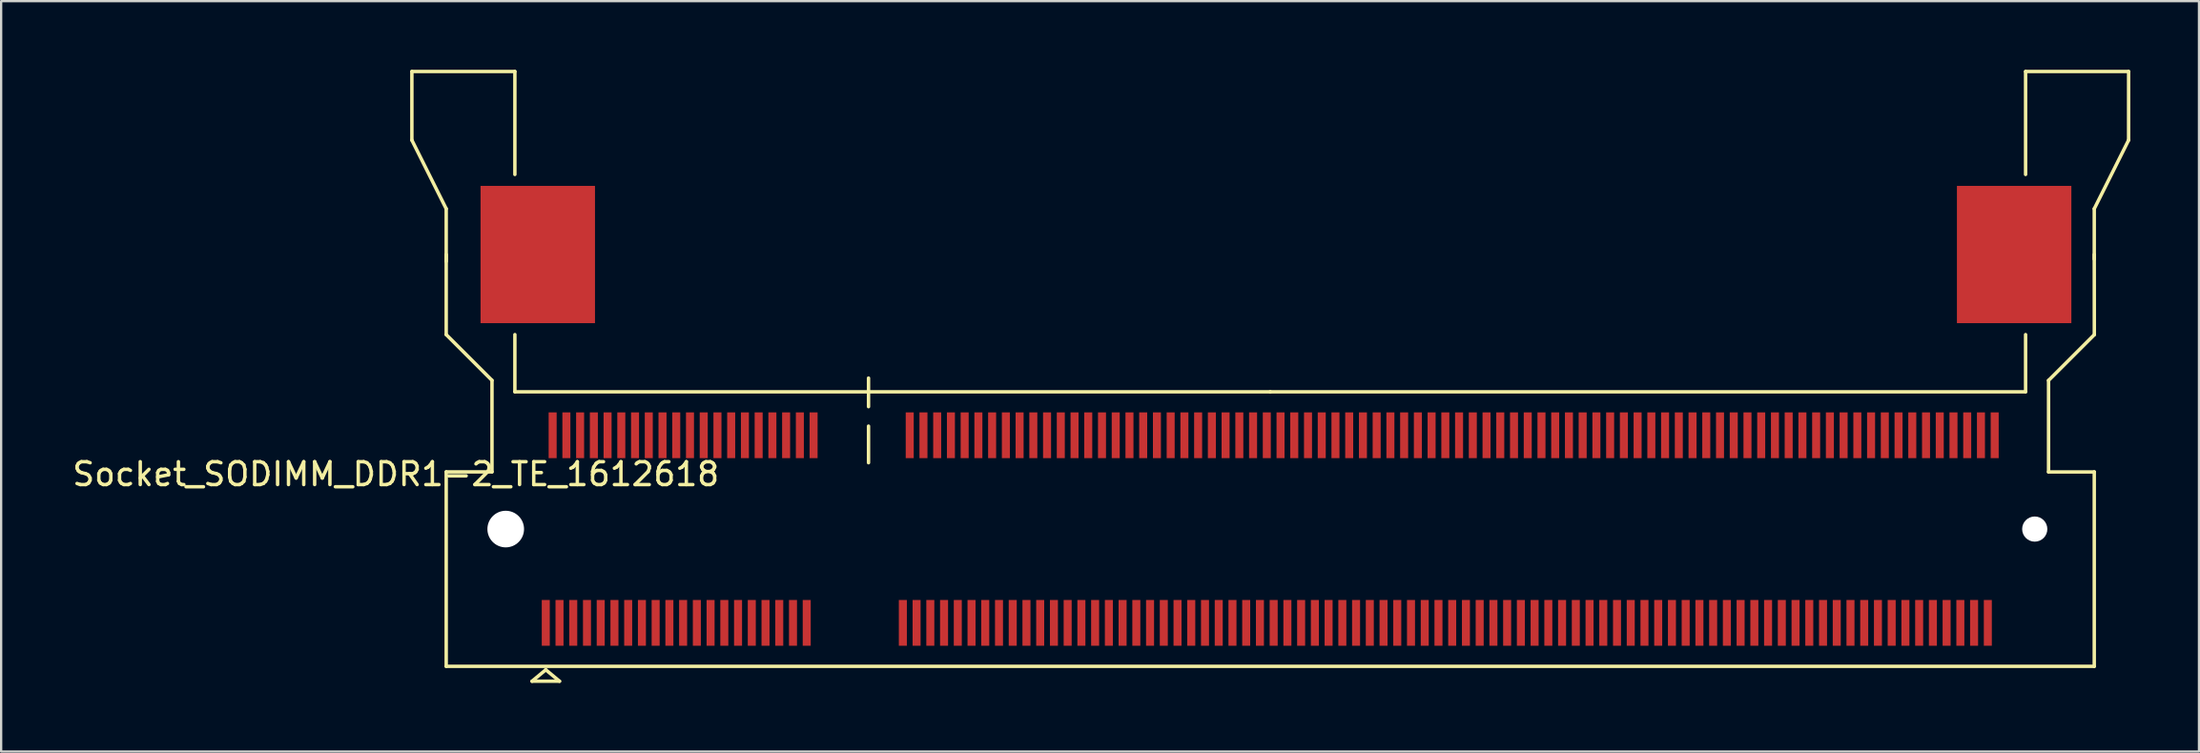
<source format=kicad_pcb>
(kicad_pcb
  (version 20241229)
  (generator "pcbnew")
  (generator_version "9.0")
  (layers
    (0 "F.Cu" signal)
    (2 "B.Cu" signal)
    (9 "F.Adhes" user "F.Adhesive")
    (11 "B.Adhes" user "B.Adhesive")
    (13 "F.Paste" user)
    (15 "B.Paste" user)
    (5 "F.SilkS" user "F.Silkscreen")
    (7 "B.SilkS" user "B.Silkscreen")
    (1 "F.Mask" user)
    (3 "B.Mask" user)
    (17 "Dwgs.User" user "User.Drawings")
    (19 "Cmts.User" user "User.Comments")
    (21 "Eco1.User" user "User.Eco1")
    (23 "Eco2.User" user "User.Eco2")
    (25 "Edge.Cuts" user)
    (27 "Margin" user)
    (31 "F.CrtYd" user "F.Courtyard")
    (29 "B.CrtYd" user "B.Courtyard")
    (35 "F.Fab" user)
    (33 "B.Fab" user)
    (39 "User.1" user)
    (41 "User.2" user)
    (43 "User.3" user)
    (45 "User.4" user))
  (footprint "Socket_SODIMM_DDR1-2_TE_1612618"
    (layer "F.Cu")
    (at 52.444 20.075)
    (property "Reference" "Socket_SODIMM_DDR1-2_TE_1612618" (at -38.2 -2.4 0) (layer "F.SilkS") (effects (font (size 1 1) (thickness 0.15))))
    (attr smd)
    (fp_line (start -37.5 -20) (end -37.5 -17) (stroke (width 0.15) (type solid)) (layer "F.SilkS"))
    (fp_line (start -37.5 -17) (end -36 -14) (stroke (width 0.15) (type solid)) (layer "F.SilkS"))
    (fp_line (start -36 -14) (end -36 -11.7) (stroke (width 0.15) (type solid)) (layer "F.SilkS"))
    (fp_line (start -36 -8.5) (end -36 -12) (stroke (width 0.15) (type solid)) (layer "F.SilkS"))
    (fp_line (start -36 -2.5) (end -36 6) (stroke (width 0.15) (type solid)) (layer "F.SilkS"))
    (fp_line (start -36 -2.5) (end -34 -2.5) (stroke (width 0.15) (type solid)) (layer "F.SilkS"))
    (fp_line (start -36 6) (end 36 6) (stroke (width 0.15) (type solid)) (layer "F.SilkS"))
    (fp_line (start -34 -6.5) (end -36 -8.5) (stroke (width 0.15) (type solid)) (layer "F.SilkS"))
    (fp_line (start -34 -2.5) (end -34 -6.5) (stroke (width 0.15) (type solid)) (layer "F.SilkS"))
    (fp_line (start -33 -20) (end -37.5 -20) (stroke (width 0.15) (type solid)) (layer "F.SilkS"))
    (fp_line (start -33 -15.5) (end -33 -20) (stroke (width 0.15) (type solid)) (layer "F.SilkS"))
    (fp_line (start -33 -6) (end -33 -8.5) (stroke (width 0.15) (type solid)) (layer "F.SilkS"))
    (fp_line (start -32.25 6.65) (end -31.65 6.15) (stroke (width 0.15) (type solid)) (layer "F.SilkS"))
    (fp_line (start -31.65 6.15) (end -31.05 6.65) (stroke (width 0.15) (type solid)) (layer "F.SilkS"))
    (fp_line (start -31.05 6.65) (end -32.25 6.65) (stroke (width 0.15) (type solid)) (layer "F.SilkS"))
    (fp_line (start -17.55 -5.35) (end -17.55 -6.6) (stroke (width 0.15) (type solid)) (layer "F.SilkS"))
    (fp_line (start -17.55 -4.5) (end -17.55 -2.9) (stroke (width 0.15) (type solid)) (layer "F.SilkS"))
    (fp_line (start 0 -6) (end -33 -6) (stroke (width 0.15) (type solid)) (layer "F.SilkS"))
    (fp_line (start 33 -20) (end 33 -15.5) (stroke (width 0.15) (type solid)) (layer "F.SilkS"))
    (fp_line (start 33 -6) (end 0 -6) (stroke (width 0.15) (type solid)) (layer "F.SilkS"))
    (fp_line (start 33 -6) (end 33 -8.5) (stroke (width 0.15) (type solid)) (layer "F.SilkS"))
    (fp_line (start 34.003 -6.496) (end 36.003 -8.496) (stroke (width 0.15) (type solid)) (layer "F.SilkS"))
    (fp_line (start 34.003 -2.496) (end 34.003 -6.496) (stroke (width 0.15) (type solid)) (layer "F.SilkS"))
    (fp_line (start 36 -14) (end 36 -11.8) (stroke (width 0.15) (type solid)) (layer "F.SilkS"))
    (fp_line (start 36 -14) (end 37.5 -17) (stroke (width 0.15) (type solid)) (layer "F.SilkS"))
    (fp_line (start 36 6) (end 36 -2.5) (stroke (width 0.15) (type solid)) (layer "F.SilkS"))
    (fp_line (start 36.003 -8.496) (end 36 -12) (stroke (width 0.15) (type solid)) (layer "F.SilkS"))
    (fp_line (start 36.003 -2.496) (end 34.003 -2.496) (stroke (width 0.15) (type solid)) (layer "F.SilkS"))
    (fp_line (start 37.5 -20) (end 33 -20) (stroke (width 0.15) (type solid)) (layer "F.SilkS"))
    (fp_line (start 37.5 -17) (end 37.5 -20) (stroke (width 0.15) (type solid)) (layer "F.SilkS"))
    (pad "" np_thru_hole circle (at -33.4 0) (size 1.6 1.6) (drill 1.6) (layers "*.Cu" "*.Mask"))
    (pad "" smd rect (at -32 -12) (size 5 6) (layers "F.Cu" "F.Mask" "F.Paste"))
    (pad "" smd rect (at 32.5 -12) (size 5 6) (layers "F.Cu" "F.Mask" "F.Paste"))
    (pad "" np_thru_hole circle (at 33.4 0) (size 1.1 1.1) (drill 1.1) (layers "*.Cu" "*.Mask"))
    (pad "1" smd rect (at -31.65 4.1) (size 0.35 2) (layers "F.Cu" "F.Mask" "F.Paste"))
    (pad "2" smd rect (at -31.35 -4.1) (size 0.35 2) (layers "F.Cu" "F.Mask" "F.Paste"))
    (pad "3" smd rect (at -31.05 4.1) (size 0.35 2) (layers "F.Cu" "F.Mask" "F.Paste"))
    (pad "4" smd rect (at -30.75 -4.1) (size 0.35 2) (layers "F.Cu" "F.Mask" "F.Paste"))
    (pad "5" smd rect (at -30.45 4.1) (size 0.35 2) (layers "F.Cu" "F.Mask" "F.Paste"))
    (pad "6" smd rect (at -30.15 -4.1) (size 0.35 2) (layers "F.Cu" "F.Mask" "F.Paste"))
    (pad "7" smd rect (at -29.85 4.1) (size 0.35 2) (layers "F.Cu" "F.Mask" "F.Paste"))
    (pad "8" smd rect (at -29.55 -4.1) (size 0.35 2) (layers "F.Cu" "F.Mask" "F.Paste"))
    (pad "9" smd rect (at -29.25 4.1) (size 0.35 2) (layers "F.Cu" "F.Mask" "F.Paste"))
    (pad "10" smd rect (at -28.95 -4.1) (size 0.35 2) (layers "F.Cu" "F.Mask" "F.Paste"))
    (pad "11" smd rect (at -28.65 4.1) (size 0.35 2) (layers "F.Cu" "F.Mask" "F.Paste"))
    (pad "12" smd rect (at -28.35 -4.1) (size 0.35 2) (layers "F.Cu" "F.Mask" "F.Paste"))
    (pad "13" smd rect (at -28.05 4.1) (size 0.35 2) (layers "F.Cu" "F.Mask" "F.Paste"))
    (pad "14" smd rect (at -27.75 -4.1) (size 0.35 2) (layers "F.Cu" "F.Mask" "F.Paste"))
    (pad "15" smd rect (at -27.45 4.1) (size 0.35 2) (layers "F.Cu" "F.Mask" "F.Paste"))
    (pad "16" smd rect (at -27.15 -4.1) (size 0.35 2) (layers "F.Cu" "F.Mask" "F.Paste"))
    (pad "17" smd rect (at -26.85 4.1) (size 0.35 2) (layers "F.Cu" "F.Mask" "F.Paste"))
    (pad "18" smd rect (at -26.55 -4.1) (size 0.35 2) (layers "F.Cu" "F.Mask" "F.Paste"))
    (pad "19" smd rect (at -26.25 4.1) (size 0.35 2) (layers "F.Cu" "F.Mask" "F.Paste"))
    (pad "20" smd rect (at -25.95 -4.1) (size 0.35 2) (layers "F.Cu" "F.Mask" "F.Paste"))
    (pad "21" smd rect (at -25.65 4.1) (size 0.35 2) (layers "F.Cu" "F.Mask" "F.Paste"))
    (pad "22" smd rect (at -25.35 -4.1) (size 0.35 2) (layers "F.Cu" "F.Mask" "F.Paste"))
    (pad "23" smd rect (at -25.05 4.1) (size 0.35 2) (layers "F.Cu" "F.Mask" "F.Paste"))
    (pad "24" smd rect (at -24.75 -4.1) (size 0.35 2) (layers "F.Cu" "F.Mask" "F.Paste"))
    (pad "25" smd rect (at -24.45 4.1) (size 0.35 2) (layers "F.Cu" "F.Mask" "F.Paste"))
    (pad "26" smd rect (at -24.15 -4.1) (size 0.35 2) (layers "F.Cu" "F.Mask" "F.Paste"))
    (pad "27" smd rect (at -23.85 4.1) (size 0.35 2) (layers "F.Cu" "F.Mask" "F.Paste"))
    (pad "28" smd rect (at -23.55 -4.1) (size 0.35 2) (layers "F.Cu" "F.Mask" "F.Paste"))
    (pad "29" smd rect (at -23.25 4.1) (size 0.35 2) (layers "F.Cu" "F.Mask" "F.Paste"))
    (pad "30" smd rect (at -22.95 -4.1) (size 0.35 2) (layers "F.Cu" "F.Mask" "F.Paste"))
    (pad "31" smd rect (at -22.65 4.1) (size 0.35 2) (layers "F.Cu" "F.Mask" "F.Paste"))
    (pad "32" smd rect (at -22.35 -4.1) (size 0.35 2) (layers "F.Cu" "F.Mask" "F.Paste"))
    (pad "33" smd rect (at -22.05 4.1) (size 0.35 2) (layers "F.Cu" "F.Mask" "F.Paste"))
    (pad "34" smd rect (at -21.75 -4.1) (size 0.35 2) (layers "F.Cu" "F.Mask" "F.Paste"))
    (pad "35" smd rect (at -21.45 4.1) (size 0.35 2) (layers "F.Cu" "F.Mask" "F.Paste"))
    (pad "36" smd rect (at -21.15 -4.1) (size 0.35 2) (layers "F.Cu" "F.Mask" "F.Paste"))
    (pad "37" smd rect (at -20.85 4.1) (size 0.35 2) (layers "F.Cu" "F.Mask" "F.Paste"))
    (pad "38" smd rect (at -20.55 -4.1) (size 0.35 2) (layers "F.Cu" "F.Mask" "F.Paste"))
    (pad "39" smd rect (at -20.25 4.1) (size 0.35 2) (layers "F.Cu" "F.Mask" "F.Paste"))
    (pad "40" smd rect (at -19.95 -4.1) (size 0.35 2) (layers "F.Cu" "F.Mask" "F.Paste"))
    (pad "41" smd rect (at -16.05 4.1) (size 0.35 2) (layers "F.Cu" "F.Mask" "F.Paste"))
    (pad "42" smd rect (at -15.75 -4.1) (size 0.35 2) (layers "F.Cu" "F.Mask" "F.Paste"))
    (pad "43" smd rect (at -15.45 4.1) (size 0.35 2) (layers "F.Cu" "F.Mask" "F.Paste"))
    (pad "44" smd rect (at -15.15 -4.1) (size 0.35 2) (layers "F.Cu" "F.Mask" "F.Paste"))
    (pad "45" smd rect (at -14.85 4.1) (size 0.35 2) (layers "F.Cu" "F.Mask" "F.Paste"))
    (pad "46" smd rect (at -14.55 -4.1) (size 0.35 2) (layers "F.Cu" "F.Mask" "F.Paste"))
    (pad "47" smd rect (at -14.25 4.1) (size 0.35 2) (layers "F.Cu" "F.Mask" "F.Paste"))
    (pad "48" smd rect (at -13.95 -4.1) (size 0.35 2) (layers "F.Cu" "F.Mask" "F.Paste"))
    (pad "49" smd rect (at -13.65 4.1) (size 0.35 2) (layers "F.Cu" "F.Mask" "F.Paste"))
    (pad "50" smd rect (at -13.35 -4.1) (size 0.35 2) (layers "F.Cu" "F.Mask" "F.Paste"))
    (pad "51" smd rect (at -13.05 4.1) (size 0.35 2) (layers "F.Cu" "F.Mask" "F.Paste"))
    (pad "52" smd rect (at -12.75 -4.1) (size 0.35 2) (layers "F.Cu" "F.Mask" "F.Paste"))
    (pad "53" smd rect (at -12.45 4.1) (size 0.35 2) (layers "F.Cu" "F.Mask" "F.Paste"))
    (pad "54" smd rect (at -12.15 -4.1) (size 0.35 2) (layers "F.Cu" "F.Mask" "F.Paste"))
    (pad "55" smd rect (at -11.85 4.1) (size 0.35 2) (layers "F.Cu" "F.Mask" "F.Paste"))
    (pad "56" smd rect (at -11.55 -4.1) (size 0.35 2) (layers "F.Cu" "F.Mask" "F.Paste"))
    (pad "57" smd rect (at -11.25 4.1) (size 0.35 2) (layers "F.Cu" "F.Mask" "F.Paste"))
    (pad "58" smd rect (at -10.95 -4.1) (size 0.35 2) (layers "F.Cu" "F.Mask" "F.Paste"))
    (pad "59" smd rect (at -10.65 4.1) (size 0.35 2) (layers "F.Cu" "F.Mask" "F.Paste"))
    (pad "60" smd rect (at -10.35 -4.1) (size 0.35 2) (layers "F.Cu" "F.Mask" "F.Paste"))
    (pad "61" smd rect (at -10.05 4.1) (size 0.35 2) (layers "F.Cu" "F.Mask" "F.Paste"))
    (pad "62" smd rect (at -9.75 -4.1) (size 0.35 2) (layers "F.Cu" "F.Mask" "F.Paste"))
    (pad "63" smd rect (at -9.45 4.1) (size 0.35 2) (layers "F.Cu" "F.Mask" "F.Paste"))
    (pad "64" smd rect (at -9.15 -4.1) (size 0.35 2) (layers "F.Cu" "F.Mask" "F.Paste"))
    (pad "65" smd rect (at -8.85 4.1) (size 0.35 2) (layers "F.Cu" "F.Mask" "F.Paste"))
    (pad "66" smd rect (at -8.55 -4.1) (size 0.35 2) (layers "F.Cu" "F.Mask" "F.Paste"))
    (pad "67" smd rect (at -8.25 4.1) (size 0.35 2) (layers "F.Cu" "F.Mask" "F.Paste"))
    (pad "68" smd rect (at -7.95 -4.1) (size 0.35 2) (layers "F.Cu" "F.Mask" "F.Paste"))
    (pad "69" smd rect (at -7.65 4.1) (size 0.35 2) (layers "F.Cu" "F.Mask" "F.Paste"))
    (pad "70" smd rect (at -7.35 -4.1) (size 0.35 2) (layers "F.Cu" "F.Mask" "F.Paste"))
    (pad "71" smd rect (at -7.05 4.1) (size 0.35 2) (layers "F.Cu" "F.Mask" "F.Paste"))
    (pad "72" smd rect (at -6.75 -4.1) (size 0.35 2) (layers "F.Cu" "F.Mask" "F.Paste"))
    (pad "73" smd rect (at -6.45 4.1) (size 0.35 2) (layers "F.Cu" "F.Mask" "F.Paste"))
    (pad "74" smd rect (at -6.15 -4.1) (size 0.35 2) (layers "F.Cu" "F.Mask" "F.Paste"))
    (pad "75" smd rect (at -5.85 4.1) (size 0.35 2) (layers "F.Cu" "F.Mask" "F.Paste"))
    (pad "76" smd rect (at -5.55 -4.1) (size 0.35 2) (layers "F.Cu" "F.Mask" "F.Paste"))
    (pad "77" smd rect (at -5.25 4.1) (size 0.35 2) (layers "F.Cu" "F.Mask" "F.Paste"))
    (pad "78" smd rect (at -4.95 -4.1) (size 0.35 2) (layers "F.Cu" "F.Mask" "F.Paste"))
    (pad "79" smd rect (at -4.65 4.1) (size 0.35 2) (layers "F.Cu" "F.Mask" "F.Paste"))
    (pad "80" smd rect (at -4.35 -4.1) (size 0.35 2) (layers "F.Cu" "F.Mask" "F.Paste"))
    (pad "81" smd rect (at -4.05 4.1) (size 0.35 2) (layers "F.Cu" "F.Mask" "F.Paste"))
    (pad "82" smd rect (at -3.75 -4.1) (size 0.35 2) (layers "F.Cu" "F.Mask" "F.Paste"))
    (pad "83" smd rect (at -3.45 4.1) (size 0.35 2) (layers "F.Cu" "F.Mask" "F.Paste"))
    (pad "84" smd rect (at -3.15 -4.1) (size 0.35 2) (layers "F.Cu" "F.Mask" "F.Paste"))
    (pad "85" smd rect (at -2.85 4.1) (size 0.35 2) (layers "F.Cu" "F.Mask" "F.Paste"))
    (pad "86" smd rect (at -2.55 -4.1) (size 0.35 2) (layers "F.Cu" "F.Mask" "F.Paste"))
    (pad "87" smd rect (at -2.25 4.1) (size 0.35 2) (layers "F.Cu" "F.Mask" "F.Paste"))
    (pad "88" smd rect (at -1.95 -4.1) (size 0.35 2) (layers "F.Cu" "F.Mask" "F.Paste"))
    (pad "89" smd rect (at -1.65 4.1) (size 0.35 2) (layers "F.Cu" "F.Mask" "F.Paste"))
    (pad "90" smd rect (at -1.35 -4.1) (size 0.35 2) (layers "F.Cu" "F.Mask" "F.Paste"))
    (pad "91" smd rect (at -1.05 4.1) (size 0.35 2) (layers "F.Cu" "F.Mask" "F.Paste"))
    (pad "92" smd rect (at -0.75 -4.1) (size 0.35 2) (layers "F.Cu" "F.Mask" "F.Paste"))
    (pad "93" smd rect (at -0.45 4.1) (size 0.35 2) (layers "F.Cu" "F.Mask" "F.Paste"))
    (pad "94" smd rect (at -0.15 -4.1) (size 0.35 2) (layers "F.Cu" "F.Mask" "F.Paste"))
    (pad "95" smd rect (at 0.15 4.1) (size 0.35 2) (layers "F.Cu" "F.Mask" "F.Paste"))
    (pad "96" smd rect (at 0.45 -4.1) (size 0.35 2) (layers "F.Cu" "F.Mask" "F.Paste"))
    (pad "97" smd rect (at 0.75 4.1) (size 0.35 2) (layers "F.Cu" "F.Mask" "F.Paste"))
    (pad "98" smd rect (at 1.05 -4.1) (size 0.35 2) (layers "F.Cu" "F.Mask" "F.Paste"))
    (pad "99" smd rect (at 1.35 4.1) (size 0.35 2) (layers "F.Cu" "F.Mask" "F.Paste"))
    (pad "100" smd rect (at 1.65 -4.1) (size 0.35 2) (layers "F.Cu" "F.Mask" "F.Paste"))
    (pad "101" smd rect (at 1.95 4.1) (size 0.35 2) (layers "F.Cu" "F.Mask" "F.Paste"))
    (pad "102" smd rect (at 2.25 -4.1) (size 0.35 2) (layers "F.Cu" "F.Mask" "F.Paste"))
    (pad "103" smd rect (at 2.55 4.1) (size 0.35 2) (layers "F.Cu" "F.Mask" "F.Paste"))
    (pad "104" smd rect (at 2.85 -4.1) (size 0.35 2) (layers "F.Cu" "F.Mask" "F.Paste"))
    (pad "105" smd rect (at 3.15 4.1) (size 0.35 2) (layers "F.Cu" "F.Mask" "F.Paste"))
    (pad "106" smd rect (at 3.45 -4.1) (size 0.35 2) (layers "F.Cu" "F.Mask" "F.Paste"))
    (pad "107" smd rect (at 3.75 4.1) (size 0.35 2) (layers "F.Cu" "F.Mask" "F.Paste"))
    (pad "108" smd rect (at 4.05 -4.1) (size 0.35 2) (layers "F.Cu" "F.Mask" "F.Paste"))
    (pad "109" smd rect (at 4.35 4.1) (size 0.35 2) (layers "F.Cu" "F.Mask" "F.Paste"))
    (pad "110" smd rect (at 4.65 -4.1) (size 0.35 2) (layers "F.Cu" "F.Mask" "F.Paste"))
    (pad "111" smd rect (at 4.95 4.1) (size 0.35 2) (layers "F.Cu" "F.Mask" "F.Paste"))
    (pad "112" smd rect (at 5.25 -4.1) (size 0.35 2) (layers "F.Cu" "F.Mask" "F.Paste"))
    (pad "113" smd rect (at 5.55 4.1) (size 0.35 2) (layers "F.Cu" "F.Mask" "F.Paste"))
    (pad "114" smd rect (at 5.85 -4.1) (size 0.35 2) (layers "F.Cu" "F.Mask" "F.Paste"))
    (pad "115" smd rect (at 6.15 4.1) (size 0.35 2) (layers "F.Cu" "F.Mask" "F.Paste"))
    (pad "116" smd rect (at 6.45 -4.1) (size 0.35 2) (layers "F.Cu" "F.Mask" "F.Paste"))
    (pad "117" smd rect (at 6.75 4.1) (size 0.35 2) (layers "F.Cu" "F.Mask" "F.Paste"))
    (pad "118" smd rect (at 7.05 -4.1) (size 0.35 2) (layers "F.Cu" "F.Mask" "F.Paste"))
    (pad "119" smd rect (at 7.35 4.1) (size 0.35 2) (layers "F.Cu" "F.Mask" "F.Paste"))
    (pad "120" smd rect (at 7.65 -4.1) (size 0.35 2) (layers "F.Cu" "F.Mask" "F.Paste"))
    (pad "121" smd rect (at 7.95 4.1) (size 0.35 2) (layers "F.Cu" "F.Mask" "F.Paste"))
    (pad "122" smd rect (at 8.25 -4.1) (size 0.35 2) (layers "F.Cu" "F.Mask" "F.Paste"))
    (pad "123" smd rect (at 8.55 4.1) (size 0.35 2) (layers "F.Cu" "F.Mask" "F.Paste"))
    (pad "124" smd rect (at 8.85 -4.1) (size 0.35 2) (layers "F.Cu" "F.Mask" "F.Paste"))
    (pad "125" smd rect (at 9.15 4.1) (size 0.35 2) (layers "F.Cu" "F.Mask" "F.Paste"))
    (pad "126" smd rect (at 9.45 -4.1) (size 0.35 2) (layers "F.Cu" "F.Mask" "F.Paste"))
    (pad "127" smd rect (at 9.75 4.1) (size 0.35 2) (layers "F.Cu" "F.Mask" "F.Paste"))
    (pad "128" smd rect (at 10.05 -4.1) (size 0.35 2) (layers "F.Cu" "F.Mask" "F.Paste"))
    (pad "129" smd rect (at 10.35 4.1) (size 0.35 2) (layers "F.Cu" "F.Mask" "F.Paste"))
    (pad "130" smd rect (at 10.65 -4.1) (size 0.35 2) (layers "F.Cu" "F.Mask" "F.Paste"))
    (pad "131" smd rect (at 10.95 4.1) (size 0.35 2) (layers "F.Cu" "F.Mask" "F.Paste"))
    (pad "132" smd rect (at 11.25 -4.1) (size 0.35 2) (layers "F.Cu" "F.Mask" "F.Paste"))
    (pad "133" smd rect (at 11.55 4.1) (size 0.35 2) (layers "F.Cu" "F.Mask" "F.Paste"))
    (pad "134" smd rect (at 11.85 -4.1) (size 0.35 2) (layers "F.Cu" "F.Mask" "F.Paste"))
    (pad "135" smd rect (at 12.15 4.1) (size 0.35 2) (layers "F.Cu" "F.Mask" "F.Paste"))
    (pad "136" smd rect (at 12.45 -4.1) (size 0.35 2) (layers "F.Cu" "F.Mask" "F.Paste"))
    (pad "137" smd rect (at 12.75 4.1) (size 0.35 2) (layers "F.Cu" "F.Mask" "F.Paste"))
    (pad "138" smd rect (at 13.05 -4.1) (size 0.35 2) (layers "F.Cu" "F.Mask" "F.Paste"))
    (pad "139" smd rect (at 13.35 4.1) (size 0.35 2) (layers "F.Cu" "F.Mask" "F.Paste"))
    (pad "140" smd rect (at 13.65 -4.1) (size 0.35 2) (layers "F.Cu" "F.Mask" "F.Paste"))
    (pad "141" smd rect (at 13.95 4.1) (size 0.35 2) (layers "F.Cu" "F.Mask" "F.Paste"))
    (pad "142" smd rect (at 14.25 -4.1) (size 0.35 2) (layers "F.Cu" "F.Mask" "F.Paste"))
    (pad "143" smd rect (at 14.55 4.1) (size 0.35 2) (layers "F.Cu" "F.Mask" "F.Paste"))
    (pad "144" smd rect (at 14.85 -4.1) (size 0.35 2) (layers "F.Cu" "F.Mask" "F.Paste"))
    (pad "145" smd rect (at 15.15 4.1) (size 0.35 2) (layers "F.Cu" "F.Mask" "F.Paste"))
    (pad "146" smd rect (at 15.45 -4.1) (size 0.35 2) (layers "F.Cu" "F.Mask" "F.Paste"))
    (pad "147" smd rect (at 15.75 4.1) (size 0.35 2) (layers "F.Cu" "F.Mask" "F.Paste"))
    (pad "148" smd rect (at 16.05 -4.1) (size 0.35 2) (layers "F.Cu" "F.Mask" "F.Paste"))
    (pad "149" smd rect (at 16.35 4.1) (size 0.35 2) (layers "F.Cu" "F.Mask" "F.Paste"))
    (pad "150" smd rect (at 16.65 -4.1) (size 0.35 2) (layers "F.Cu" "F.Mask" "F.Paste"))
    (pad "151" smd rect (at 16.95 4.1) (size 0.35 2) (layers "F.Cu" "F.Mask" "F.Paste"))
    (pad "152" smd rect (at 17.25 -4.1) (size 0.35 2) (layers "F.Cu" "F.Mask" "F.Paste"))
    (pad "153" smd rect (at 17.55 4.1) (size 0.35 2) (layers "F.Cu" "F.Mask" "F.Paste"))
    (pad "154" smd rect (at 17.85 -4.1) (size 0.35 2) (layers "F.Cu" "F.Mask" "F.Paste"))
    (pad "155" smd rect (at 18.15 4.1) (size 0.35 2) (layers "F.Cu" "F.Mask" "F.Paste"))
    (pad "156" smd rect (at 18.45 -4.1) (size 0.35 2) (layers "F.Cu" "F.Mask" "F.Paste"))
    (pad "157" smd rect (at 18.75 4.1) (size 0.35 2) (layers "F.Cu" "F.Mask" "F.Paste"))
    (pad "158" smd rect (at 19.05 -4.1) (size 0.35 2) (layers "F.Cu" "F.Mask" "F.Paste"))
    (pad "159" smd rect (at 19.35 4.1) (size 0.35 2) (layers "F.Cu" "F.Mask" "F.Paste"))
    (pad "160" smd rect (at 19.65 -4.1) (size 0.35 2) (layers "F.Cu" "F.Mask" "F.Paste"))
    (pad "161" smd rect (at 19.95 4.1) (size 0.35 2) (layers "F.Cu" "F.Mask" "F.Paste"))
    (pad "162" smd rect (at 20.25 -4.1) (size 0.35 2) (layers "F.Cu" "F.Mask" "F.Paste"))
    (pad "163" smd rect (at 20.55 4.1) (size 0.35 2) (layers "F.Cu" "F.Mask" "F.Paste"))
    (pad "164" smd rect (at 20.85 -4.1) (size 0.35 2) (layers "F.Cu" "F.Mask" "F.Paste"))
    (pad "165" smd rect (at 21.15 4.1) (size 0.35 2) (layers "F.Cu" "F.Mask" "F.Paste"))
    (pad "166" smd rect (at 21.45 -4.1) (size 0.35 2) (layers "F.Cu" "F.Mask" "F.Paste"))
    (pad "167" smd rect (at 21.75 4.1) (size 0.35 2) (layers "F.Cu" "F.Mask" "F.Paste"))
    (pad "168" smd rect (at 22.05 -4.1) (size 0.35 2) (layers "F.Cu" "F.Mask" "F.Paste"))
    (pad "169" smd rect (at 22.35 4.1) (size 0.35 2) (layers "F.Cu" "F.Mask" "F.Paste"))
    (pad "170" smd rect (at 22.65 -4.1) (size 0.35 2) (layers "F.Cu" "F.Mask" "F.Paste"))
    (pad "171" smd rect (at 22.95 4.1) (size 0.35 2) (layers "F.Cu" "F.Mask" "F.Paste"))
    (pad "172" smd rect (at 23.25 -4.1) (size 0.35 2) (layers "F.Cu" "F.Mask" "F.Paste"))
    (pad "173" smd rect (at 23.55 4.1) (size 0.35 2) (layers "F.Cu" "F.Mask" "F.Paste"))
    (pad "174" smd rect (at 23.85 -4.1) (size 0.35 2) (layers "F.Cu" "F.Mask" "F.Paste"))
    (pad "175" smd rect (at 24.15 4.1) (size 0.35 2) (layers "F.Cu" "F.Mask" "F.Paste"))
    (pad "176" smd rect (at 24.45 -4.1) (size 0.35 2) (layers "F.Cu" "F.Mask" "F.Paste"))
    (pad "177" smd rect (at 24.75 4.1) (size 0.35 2) (layers "F.Cu" "F.Mask" "F.Paste"))
    (pad "178" smd rect (at 25.05 -4.1) (size 0.35 2) (layers "F.Cu" "F.Mask" "F.Paste"))
    (pad "179" smd rect (at 25.35 4.1) (size 0.35 2) (layers "F.Cu" "F.Mask" "F.Paste"))
    (pad "180" smd rect (at 25.65 -4.1) (size 0.35 2) (layers "F.Cu" "F.Mask" "F.Paste"))
    (pad "181" smd rect (at 25.95 4.1) (size 0.35 2) (layers "F.Cu" "F.Mask" "F.Paste"))
    (pad "182" smd rect (at 26.25 -4.1) (size 0.35 2) (layers "F.Cu" "F.Mask" "F.Paste"))
    (pad "183" smd rect (at 26.55 4.1) (size 0.35 2) (layers "F.Cu" "F.Mask" "F.Paste"))
    (pad "184" smd rect (at 26.85 -4.1) (size 0.35 2) (layers "F.Cu" "F.Mask" "F.Paste"))
    (pad "185" smd rect (at 27.15 4.1) (size 0.35 2) (layers "F.Cu" "F.Mask" "F.Paste"))
    (pad "186" smd rect (at 27.45 -4.1) (size 0.35 2) (layers "F.Cu" "F.Mask" "F.Paste"))
    (pad "187" smd rect (at 27.75 4.1) (size 0.35 2) (layers "F.Cu" "F.Mask" "F.Paste"))
    (pad "188" smd rect (at 28.05 -4.1) (size 0.35 2) (layers "F.Cu" "F.Mask" "F.Paste"))
    (pad "189" smd rect (at 28.35 4.1) (size 0.35 2) (layers "F.Cu" "F.Mask" "F.Paste"))
    (pad "190" smd rect (at 28.65 -4.1) (size 0.35 2) (layers "F.Cu" "F.Mask" "F.Paste"))
    (pad "191" smd rect (at 28.95 4.1) (size 0.35 2) (layers "F.Cu" "F.Mask" "F.Paste"))
    (pad "192" smd rect (at 29.25 -4.1) (size 0.35 2) (layers "F.Cu" "F.Mask" "F.Paste"))
    (pad "193" smd rect (at 29.55 4.1) (size 0.35 2) (layers "F.Cu" "F.Mask" "F.Paste"))
    (pad "194" smd rect (at 29.85 -4.1) (size 0.35 2) (layers "F.Cu" "F.Mask" "F.Paste"))
    (pad "195" smd rect (at 30.15 4.1) (size 0.35 2) (layers "F.Cu" "F.Mask" "F.Paste"))
    (pad "196" smd rect (at 30.45 -4.1) (size 0.35 2) (layers "F.Cu" "F.Mask" "F.Paste"))
    (pad "197" smd rect (at 30.75 4.1) (size 0.35 2) (layers "F.Cu" "F.Mask" "F.Paste"))
    (pad "198" smd rect (at 31.05 -4.1) (size 0.35 2) (layers "F.Cu" "F.Mask" "F.Paste"))
    (pad "199" smd rect (at 31.35 4.1) (size 0.35 2) (layers "F.Cu" "F.Mask" "F.Paste"))
    (pad "200" smd rect (at 31.65 -4.1) (size 0.35 2) (layers "F.Cu" "F.Mask" "F.Paste")))
  (gr_rect
    (start -3 -3)
    (end 93.019 29.8)
    (stroke (width 0.1) (type default))
    (fill no)
    (layer "Edge.Cuts")))
</source>
